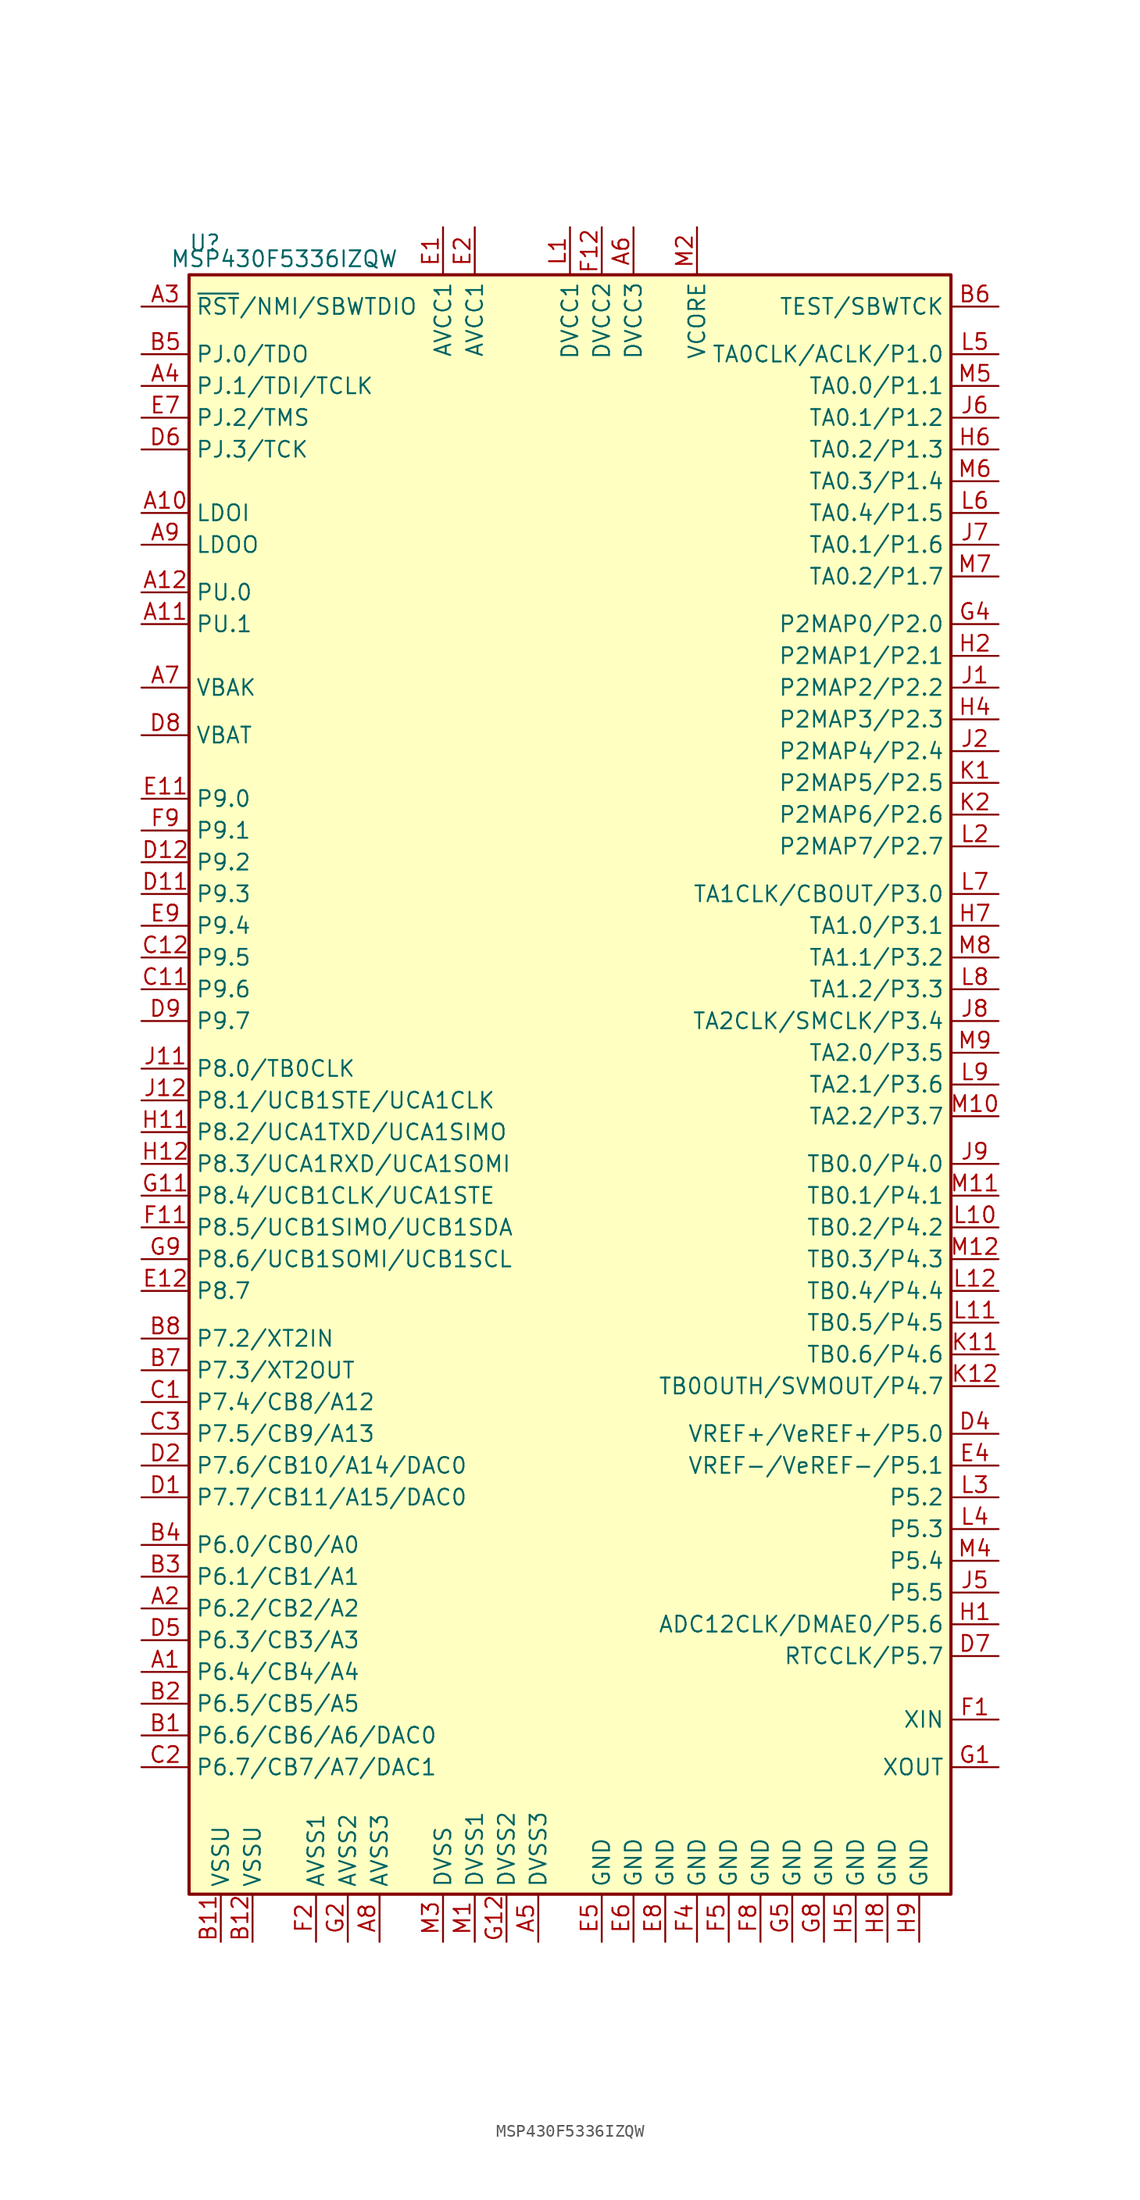
<source format=kicad_sym>
(kicad_symbol_lib
  (version 20201005)
  (generator kicad_symbol_editor)
  (symbol "MCU_Texas_MSP430:MSP430F5336IZQW"
    (property "Reference" "U"
      (at -29.21 67.31 0)
      (effects (font (size 1.27 1.27))))
    (property "Value" "MSP430F5336IZQW"
      (at -22.86 66.04 0)
      (effects (font (size 1.27 1.27))))
    (symbol "MSP430F5336IZQW_0_1"
      (rectangle (start -30.48 64.77) (end 30.48 -64.77) (stroke (width 0.254)) (fill (type background))))
    (symbol "MSP430F5336IZQW_1_1"
      (pin bidirectional line (at -34.29 -46.99 0) (length 3.81) (name "P6.4/CB4/A4" (effects (font (size 1.27 1.27)))) (number "A1" (effects (font (size 1.27 1.27)))))
      (pin bidirectional line (at -34.29 45.72 0) (length 3.81) (name "LDOI" (effects (font (size 1.27 1.27)))) (number "A10" (effects (font (size 1.27 1.27)))))
      (pin bidirectional line (at -34.29 36.83 0) (length 3.81) (name "PU.1" (effects (font (size 1.27 1.27)))) (number "A11" (effects (font (size 1.27 1.27)))))
      (pin bidirectional line (at -34.29 39.37 0) (length 3.81) (name "PU.0" (effects (font (size 1.27 1.27)))) (number "A12" (effects (font (size 1.27 1.27)))))
      (pin bidirectional line (at -34.29 -41.91 0) (length 3.81) (name "P6.2/CB2/A2" (effects (font (size 1.27 1.27)))) (number "A2" (effects (font (size 1.27 1.27)))))
      (pin input line (at -34.29 62.23 0) (length 3.81) (name "~RST~/NMI/SBWTDIO" (effects (font (size 1.27 1.27)))) (number "A3" (effects (font (size 1.27 1.27)))))
      (pin bidirectional line (at -34.29 55.88 0) (length 3.81) (name "PJ.1/TDI/TCLK" (effects (font (size 1.27 1.27)))) (number "A4" (effects (font (size 1.27 1.27)))))
      (pin power_in line (at -2.54 -68.58 90) (length 3.81) (name "DVSS3" (effects (font (size 1.27 1.27)))) (number "A5" (effects (font (size 1.27 1.27)))))
      (pin power_in line (at 5.08 68.58 270) (length 3.81) (name "DVCC3" (effects (font (size 1.27 1.27)))) (number "A6" (effects (font (size 1.27 1.27)))))
      (pin bidirectional line (at -34.29 31.75 0) (length 3.81) (name "VBAK" (effects (font (size 1.27 1.27)))) (number "A7" (effects (font (size 1.27 1.27)))))
      (pin power_in line (at -15.24 -68.58 90) (length 3.81) (name "AVSS3" (effects (font (size 1.27 1.27)))) (number "A8" (effects (font (size 1.27 1.27)))))
      (pin bidirectional line (at -34.29 43.18 0) (length 3.81) (name "LDOO" (effects (font (size 1.27 1.27)))) (number "A9" (effects (font (size 1.27 1.27)))))
      (pin bidirectional line (at -34.29 -52.07 0) (length 3.81) (name "P6.6/CB6/A6/DAC0" (effects (font (size 1.27 1.27)))) (number "B1" (effects (font (size 1.27 1.27)))))
      (pin power_in line (at -27.94 -68.58 90) (length 3.81) (name "VSSU" (effects (font (size 1.27 1.27)))) (number "B11" (effects (font (size 1.27 1.27)))))
      (pin power_in line (at -25.4 -68.58 90) (length 3.81) (name "VSSU" (effects (font (size 1.27 1.27)))) (number "B12" (effects (font (size 1.27 1.27)))))
      (pin bidirectional line (at -34.29 -49.53 0) (length 3.81) (name "P6.5/CB5/A5" (effects (font (size 1.27 1.27)))) (number "B2" (effects (font (size 1.27 1.27)))))
      (pin bidirectional line (at -34.29 -39.37 0) (length 3.81) (name "P6.1/CB1/A1" (effects (font (size 1.27 1.27)))) (number "B3" (effects (font (size 1.27 1.27)))))
      (pin bidirectional line (at -34.29 -36.83 0) (length 3.81) (name "P6.0/CB0/A0" (effects (font (size 1.27 1.27)))) (number "B4" (effects (font (size 1.27 1.27)))))
      (pin bidirectional line (at -34.29 58.42 0) (length 3.81) (name "PJ.0/TDO" (effects (font (size 1.27 1.27)))) (number "B5" (effects (font (size 1.27 1.27)))))
      (pin input line (at 34.29 62.23 180) (length 3.81) (name "TEST/SBWTCK" (effects (font (size 1.27 1.27)))) (number "B6" (effects (font (size 1.27 1.27)))))
      (pin bidirectional line (at -34.29 -22.86 0) (length 3.81) (name "P7.3/XT2OUT" (effects (font (size 1.27 1.27)))) (number "B7" (effects (font (size 1.27 1.27)))))
      (pin bidirectional line (at -34.29 -20.32 0) (length 3.81) (name "P7.2/XT2IN" (effects (font (size 1.27 1.27)))) (number "B8" (effects (font (size 1.27 1.27)))))
      (pin bidirectional line (at -34.29 -25.4 0) (length 3.81) (name "P7.4/CB8/A12" (effects (font (size 1.27 1.27)))) (number "C1" (effects (font (size 1.27 1.27)))))
      (pin bidirectional line (at -34.29 7.62 0) (length 3.81) (name "P9.6" (effects (font (size 1.27 1.27)))) (number "C11" (effects (font (size 1.27 1.27)))))
      (pin bidirectional line (at -34.29 10.16 0) (length 3.81) (name "P9.5" (effects (font (size 1.27 1.27)))) (number "C12" (effects (font (size 1.27 1.27)))))
      (pin bidirectional line (at -34.29 -54.61 0) (length 3.81) (name "P6.7/CB7/A7/DAC1" (effects (font (size 1.27 1.27)))) (number "C2" (effects (font (size 1.27 1.27)))))
      (pin bidirectional line (at -34.29 -27.94 0) (length 3.81) (name "P7.5/CB9/A13" (effects (font (size 1.27 1.27)))) (number "C3" (effects (font (size 1.27 1.27)))))
      (pin bidirectional line (at -34.29 -33.02 0) (length 3.81) (name "P7.7/CB11/A15/DAC0" (effects (font (size 1.27 1.27)))) (number "D1" (effects (font (size 1.27 1.27)))))
      (pin bidirectional line (at -34.29 15.24 0) (length 3.81) (name "P9.3" (effects (font (size 1.27 1.27)))) (number "D11" (effects (font (size 1.27 1.27)))))
      (pin bidirectional line (at -34.29 17.78 0) (length 3.81) (name "P9.2" (effects (font (size 1.27 1.27)))) (number "D12" (effects (font (size 1.27 1.27)))))
      (pin bidirectional line (at -34.29 -30.48 0) (length 3.81) (name "P7.6/CB10/A14/DAC0" (effects (font (size 1.27 1.27)))) (number "D2" (effects (font (size 1.27 1.27)))))
      (pin bidirectional line (at 34.29 -27.94 180) (length 3.81) (name "VREF+/VeREF+/P5.0" (effects (font (size 1.27 1.27)))) (number "D4" (effects (font (size 1.27 1.27)))))
      (pin bidirectional line (at -34.29 -44.45 0) (length 3.81) (name "P6.3/CB3/A3" (effects (font (size 1.27 1.27)))) (number "D5" (effects (font (size 1.27 1.27)))))
      (pin bidirectional line (at -34.29 50.8 0) (length 3.81) (name "PJ.3/TCK" (effects (font (size 1.27 1.27)))) (number "D6" (effects (font (size 1.27 1.27)))))
      (pin bidirectional line (at 34.29 -45.72 180) (length 3.81) (name "RTCCLK/P5.7" (effects (font (size 1.27 1.27)))) (number "D7" (effects (font (size 1.27 1.27)))))
      (pin bidirectional line (at -34.29 27.94 0) (length 3.81) (name "VBAT" (effects (font (size 1.27 1.27)))) (number "D8" (effects (font (size 1.27 1.27)))))
      (pin bidirectional line (at -34.29 5.08 0) (length 3.81) (name "P9.7" (effects (font (size 1.27 1.27)))) (number "D9" (effects (font (size 1.27 1.27)))))
      (pin power_in line (at -10.16 68.58 270) (length 3.81) (name "AVCC1" (effects (font (size 1.27 1.27)))) (number "E1" (effects (font (size 1.27 1.27)))))
      (pin bidirectional line (at -34.29 22.86 0) (length 3.81) (name "P9.0" (effects (font (size 1.27 1.27)))) (number "E11" (effects (font (size 1.27 1.27)))))
      (pin bidirectional line (at -34.29 -16.51 0) (length 3.81) (name "P8.7" (effects (font (size 1.27 1.27)))) (number "E12" (effects (font (size 1.27 1.27)))))
      (pin power_in line (at -7.62 68.58 270) (length 3.81) (name "AVCC1" (effects (font (size 1.27 1.27)))) (number "E2" (effects (font (size 1.27 1.27)))))
      (pin bidirectional line (at 34.29 -30.48 180) (length 3.81) (name "VREF-/VeREF-/P5.1" (effects (font (size 1.27 1.27)))) (number "E4" (effects (font (size 1.27 1.27)))))
      (pin power_in line (at 2.54 -68.58 90) (length 3.81) (name "GND" (effects (font (size 1.27 1.27)))) (number "E5" (effects (font (size 1.27 1.27)))))
      (pin power_in line (at 5.08 -68.58 90) (length 3.81) (name "GND" (effects (font (size 1.27 1.27)))) (number "E6" (effects (font (size 1.27 1.27)))))
      (pin bidirectional line (at -34.29 53.34 0) (length 3.81) (name "PJ.2/TMS" (effects (font (size 1.27 1.27)))) (number "E7" (effects (font (size 1.27 1.27)))))
      (pin power_in line (at 7.62 -68.58 90) (length 3.81) (name "GND" (effects (font (size 1.27 1.27)))) (number "E8" (effects (font (size 1.27 1.27)))))
      (pin bidirectional line (at -34.29 12.7 0) (length 3.81) (name "P9.4" (effects (font (size 1.27 1.27)))) (number "E9" (effects (font (size 1.27 1.27)))))
      (pin bidirectional line (at 34.29 -50.8 180) (length 3.81) (name "XIN" (effects (font (size 1.27 1.27)))) (number "F1" (effects (font (size 1.27 1.27)))))
      (pin bidirectional line (at -34.29 -11.43 0) (length 3.81) (name "P8.5/UCB1SIMO/UCB1SDA" (effects (font (size 1.27 1.27)))) (number "F11" (effects (font (size 1.27 1.27)))))
      (pin power_in line (at 2.54 68.58 270) (length 3.81) (name "DVCC2" (effects (font (size 1.27 1.27)))) (number "F12" (effects (font (size 1.27 1.27)))))
      (pin power_in line (at -20.32 -68.58 90) (length 3.81) (name "AVSS1" (effects (font (size 1.27 1.27)))) (number "F2" (effects (font (size 1.27 1.27)))))
      (pin power_in line (at 10.16 -68.58 90) (length 3.81) (name "GND" (effects (font (size 1.27 1.27)))) (number "F4" (effects (font (size 1.27 1.27)))))
      (pin power_in line (at 12.7 -68.58 90) (length 3.81) (name "GND" (effects (font (size 1.27 1.27)))) (number "F5" (effects (font (size 1.27 1.27)))))
      (pin power_in line (at 15.24 -68.58 90) (length 3.81) (name "GND" (effects (font (size 1.27 1.27)))) (number "F8" (effects (font (size 1.27 1.27)))))
      (pin bidirectional line (at -34.29 20.32 0) (length 3.81) (name "P9.1" (effects (font (size 1.27 1.27)))) (number "F9" (effects (font (size 1.27 1.27)))))
      (pin bidirectional line (at 34.29 -54.61 180) (length 3.81) (name "XOUT" (effects (font (size 1.27 1.27)))) (number "G1" (effects (font (size 1.27 1.27)))))
      (pin bidirectional line (at -34.29 -8.89 0) (length 3.81) (name "P8.4/UCB1CLK/UCA1STE" (effects (font (size 1.27 1.27)))) (number "G11" (effects (font (size 1.27 1.27)))))
      (pin power_in line (at -5.08 -68.58 90) (length 3.81) (name "DVSS2" (effects (font (size 1.27 1.27)))) (number "G12" (effects (font (size 1.27 1.27)))))
      (pin power_in line (at -17.78 -68.58 90) (length 3.81) (name "AVSS2" (effects (font (size 1.27 1.27)))) (number "G2" (effects (font (size 1.27 1.27)))))
      (pin bidirectional line (at 34.29 36.83 180) (length 3.81) (name "P2MAP0/P2.0" (effects (font (size 1.27 1.27)))) (number "G4" (effects (font (size 1.27 1.27)))))
      (pin power_in line (at 17.78 -68.58 90) (length 3.81) (name "GND" (effects (font (size 1.27 1.27)))) (number "G5" (effects (font (size 1.27 1.27)))))
      (pin power_in line (at 20.32 -68.58 90) (length 3.81) (name "GND" (effects (font (size 1.27 1.27)))) (number "G8" (effects (font (size 1.27 1.27)))))
      (pin bidirectional line (at -34.29 -13.97 0) (length 3.81) (name "P8.6/UCB1SOMI/UCB1SCL" (effects (font (size 1.27 1.27)))) (number "G9" (effects (font (size 1.27 1.27)))))
      (pin bidirectional line (at 34.29 -43.18 180) (length 3.81) (name "ADC12CLK/DMAE0/P5.6" (effects (font (size 1.27 1.27)))) (number "H1" (effects (font (size 1.27 1.27)))))
      (pin bidirectional line (at -34.29 -3.81 0) (length 3.81) (name "P8.2/UCA1TXD/UCA1SIMO" (effects (font (size 1.27 1.27)))) (number "H11" (effects (font (size 1.27 1.27)))))
      (pin bidirectional line (at -34.29 -6.35 0) (length 3.81) (name "P8.3/UCA1RXD/UCA1SOMI" (effects (font (size 1.27 1.27)))) (number "H12" (effects (font (size 1.27 1.27)))))
      (pin bidirectional line (at 34.29 34.29 180) (length 3.81) (name "P2MAP1/P2.1" (effects (font (size 1.27 1.27)))) (number "H2" (effects (font (size 1.27 1.27)))))
      (pin bidirectional line (at 34.29 29.21 180) (length 3.81) (name "P2MAP3/P2.3" (effects (font (size 1.27 1.27)))) (number "H4" (effects (font (size 1.27 1.27)))))
      (pin power_in line (at 22.86 -68.58 90) (length 3.81) (name "GND" (effects (font (size 1.27 1.27)))) (number "H5" (effects (font (size 1.27 1.27)))))
      (pin bidirectional line (at 34.29 50.8 180) (length 3.81) (name "TA0.2/P1.3" (effects (font (size 1.27 1.27)))) (number "H6" (effects (font (size 1.27 1.27)))))
      (pin bidirectional line (at 34.29 12.7 180) (length 3.81) (name "TA1.0/P3.1" (effects (font (size 1.27 1.27)))) (number "H7" (effects (font (size 1.27 1.27)))))
      (pin power_in line (at 25.4 -68.58 90) (length 3.81) (name "GND" (effects (font (size 1.27 1.27)))) (number "H8" (effects (font (size 1.27 1.27)))))
      (pin power_in line (at 27.94 -68.58 90) (length 3.81) (name "GND" (effects (font (size 1.27 1.27)))) (number "H9" (effects (font (size 1.27 1.27)))))
      (pin bidirectional line (at 34.29 31.75 180) (length 3.81) (name "P2MAP2/P2.2" (effects (font (size 1.27 1.27)))) (number "J1" (effects (font (size 1.27 1.27)))))
      (pin bidirectional line (at -34.29 1.27 0) (length 3.81) (name "P8.0/TB0CLK" (effects (font (size 1.27 1.27)))) (number "J11" (effects (font (size 1.27 1.27)))))
      (pin bidirectional line (at -34.29 -1.27 0) (length 3.81) (name "P8.1/UCB1STE/UCA1CLK" (effects (font (size 1.27 1.27)))) (number "J12" (effects (font (size 1.27 1.27)))))
      (pin bidirectional line (at 34.29 26.67 180) (length 3.81) (name "P2MAP4/P2.4" (effects (font (size 1.27 1.27)))) (number "J2" (effects (font (size 1.27 1.27)))))
      (pin bidirectional line (at 34.29 -40.64 180) (length 3.81) (name "P5.5" (effects (font (size 1.27 1.27)))) (number "J5" (effects (font (size 1.27 1.27)))))
      (pin bidirectional line (at 34.29 53.34 180) (length 3.81) (name "TA0.1/P1.2" (effects (font (size 1.27 1.27)))) (number "J6" (effects (font (size 1.27 1.27)))))
      (pin bidirectional line (at 34.29 43.18 180) (length 3.81) (name "TA0.1/P1.6" (effects (font (size 1.27 1.27)))) (number "J7" (effects (font (size 1.27 1.27)))))
      (pin bidirectional line (at 34.29 5.08 180) (length 3.81) (name "TA2CLK/SMCLK/P3.4" (effects (font (size 1.27 1.27)))) (number "J8" (effects (font (size 1.27 1.27)))))
      (pin bidirectional line (at 34.29 -6.35 180) (length 3.81) (name "TB0.0/P4.0" (effects (font (size 1.27 1.27)))) (number "J9" (effects (font (size 1.27 1.27)))))
      (pin bidirectional line (at 34.29 24.13 180) (length 3.81) (name "P2MAP5/P2.5" (effects (font (size 1.27 1.27)))) (number "K1" (effects (font (size 1.27 1.27)))))
      (pin bidirectional line (at 34.29 -21.59 180) (length 3.81) (name "TB0.6/P4.6" (effects (font (size 1.27 1.27)))) (number "K11" (effects (font (size 1.27 1.27)))))
      (pin bidirectional line (at 34.29 -24.13 180) (length 3.81) (name "TB0OUTH/SVMOUT/P4.7" (effects (font (size 1.27 1.27)))) (number "K12" (effects (font (size 1.27 1.27)))))
      (pin bidirectional line (at 34.29 21.59 180) (length 3.81) (name "P2MAP6/P2.6" (effects (font (size 1.27 1.27)))) (number "K2" (effects (font (size 1.27 1.27)))))
      (pin power_in line (at 0 68.58 270) (length 3.81) (name "DVCC1" (effects (font (size 1.27 1.27)))) (number "L1" (effects (font (size 1.27 1.27)))))
      (pin bidirectional line (at 34.29 -11.43 180) (length 3.81) (name "TB0.2/P4.2" (effects (font (size 1.27 1.27)))) (number "L10" (effects (font (size 1.27 1.27)))))
      (pin bidirectional line (at 34.29 -19.05 180) (length 3.81) (name "TB0.5/P4.5" (effects (font (size 1.27 1.27)))) (number "L11" (effects (font (size 1.27 1.27)))))
      (pin bidirectional line (at 34.29 -16.51 180) (length 3.81) (name "TB0.4/P4.4" (effects (font (size 1.27 1.27)))) (number "L12" (effects (font (size 1.27 1.27)))))
      (pin bidirectional line (at 34.29 19.05 180) (length 3.81) (name "P2MAP7/P2.7" (effects (font (size 1.27 1.27)))) (number "L2" (effects (font (size 1.27 1.27)))))
      (pin bidirectional line (at 34.29 -33.02 180) (length 3.81) (name "P5.2" (effects (font (size 1.27 1.27)))) (number "L3" (effects (font (size 1.27 1.27)))))
      (pin bidirectional line (at 34.29 -35.56 180) (length 3.81) (name "P5.3" (effects (font (size 1.27 1.27)))) (number "L4" (effects (font (size 1.27 1.27)))))
      (pin bidirectional line (at 34.29 58.42 180) (length 3.81) (name "TA0CLK/ACLK/P1.0" (effects (font (size 1.27 1.27)))) (number "L5" (effects (font (size 1.27 1.27)))))
      (pin bidirectional line (at 34.29 45.72 180) (length 3.81) (name "TA0.4/P1.5" (effects (font (size 1.27 1.27)))) (number "L6" (effects (font (size 1.27 1.27)))))
      (pin bidirectional line (at 34.29 15.24 180) (length 3.81) (name "TA1CLK/CBOUT/P3.0" (effects (font (size 1.27 1.27)))) (number "L7" (effects (font (size 1.27 1.27)))))
      (pin bidirectional line (at 34.29 7.62 180) (length 3.81) (name "TA1.2/P3.3" (effects (font (size 1.27 1.27)))) (number "L8" (effects (font (size 1.27 1.27)))))
      (pin bidirectional line (at 34.29 0 180) (length 3.81) (name "TA2.1/P3.6" (effects (font (size 1.27 1.27)))) (number "L9" (effects (font (size 1.27 1.27)))))
      (pin power_in line (at -7.62 -68.58 90) (length 3.81) (name "DVSS1" (effects (font (size 1.27 1.27)))) (number "M1" (effects (font (size 1.27 1.27)))))
      (pin bidirectional line (at 34.29 -2.54 180) (length 3.81) (name "TA2.2/P3.7" (effects (font (size 1.27 1.27)))) (number "M10" (effects (font (size 1.27 1.27)))))
      (pin bidirectional line (at 34.29 -8.89 180) (length 3.81) (name "TB0.1/P4.1" (effects (font (size 1.27 1.27)))) (number "M11" (effects (font (size 1.27 1.27)))))
      (pin bidirectional line (at 34.29 -13.97 180) (length 3.81) (name "TB0.3/P4.3" (effects (font (size 1.27 1.27)))) (number "M12" (effects (font (size 1.27 1.27)))))
      (pin bidirectional line (at 10.16 68.58 270) (length 3.81) (name "VCORE" (effects (font (size 1.27 1.27)))) (number "M2" (effects (font (size 1.27 1.27)))))
      (pin power_in line (at -10.16 -68.58 90) (length 3.81) (name "DVSS" (effects (font (size 1.27 1.27)))) (number "M3" (effects (font (size 1.27 1.27)))))
      (pin bidirectional line (at 34.29 -38.1 180) (length 3.81) (name "P5.4" (effects (font (size 1.27 1.27)))) (number "M4" (effects (font (size 1.27 1.27)))))
      (pin bidirectional line (at 34.29 55.88 180) (length 3.81) (name "TA0.0/P1.1" (effects (font (size 1.27 1.27)))) (number "M5" (effects (font (size 1.27 1.27)))))
      (pin bidirectional line (at 34.29 48.26 180) (length 3.81) (name "TA0.3/P1.4" (effects (font (size 1.27 1.27)))) (number "M6" (effects (font (size 1.27 1.27)))))
      (pin bidirectional line (at 34.29 40.64 180) (length 3.81) (name "TA0.2/P1.7" (effects (font (size 1.27 1.27)))) (number "M7" (effects (font (size 1.27 1.27)))))
      (pin bidirectional line (at 34.29 10.16 180) (length 3.81) (name "TA1.1/P3.2" (effects (font (size 1.27 1.27)))) (number "M8" (effects (font (size 1.27 1.27)))))
      (pin bidirectional line (at 34.29 2.54 180) (length 3.81) (name "TA2.0/P3.5" (effects (font (size 1.27 1.27)))) (number "M9" (effects (font (size 1.27 1.27))))))))
</source>
